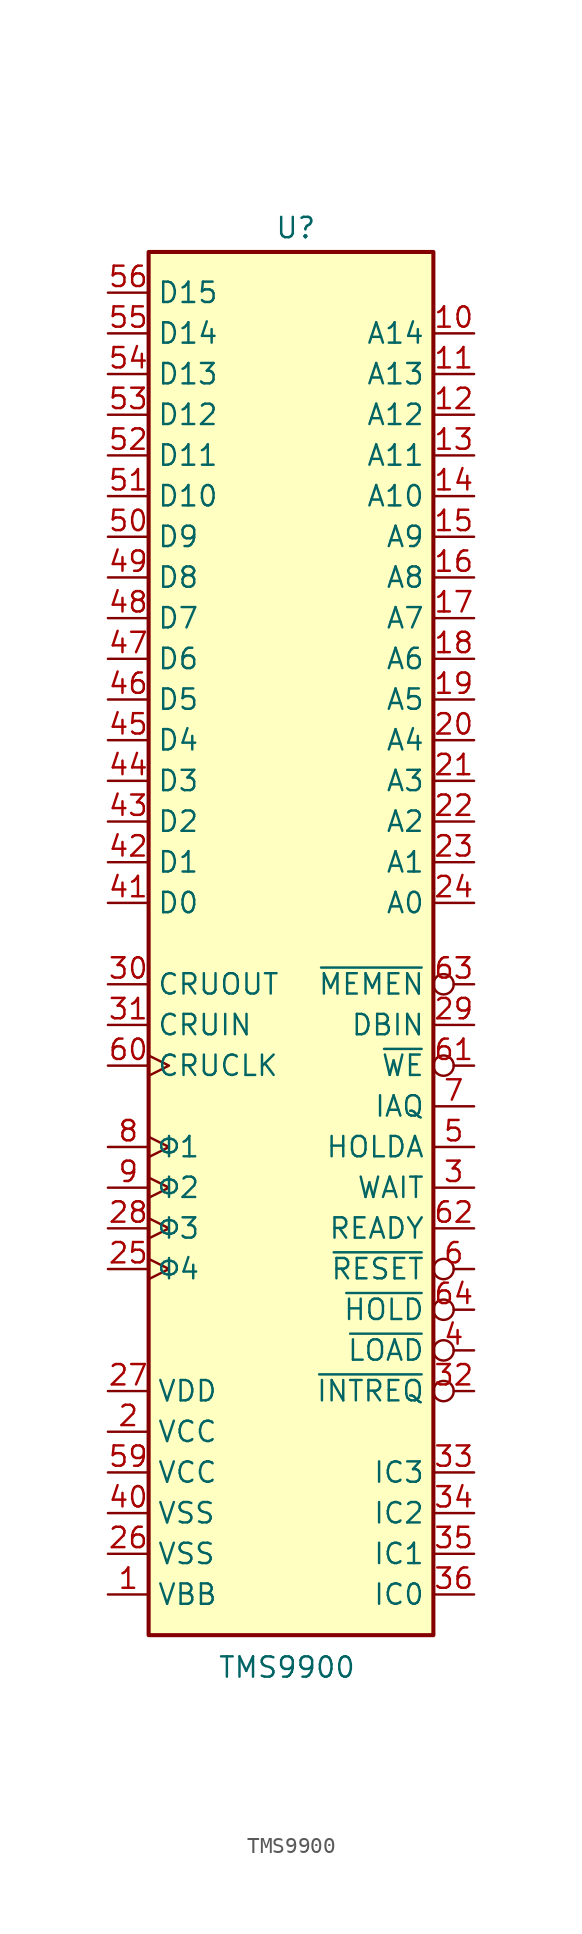
<source format=kicad_sym>
(kicad_symbol_lib
  (version 20231120)
  (generator "kicad_symbol_editor")
  (generator_version "8.0")
  (symbol "TMS9900"
    (property "Reference" "U"
      (at -1.016 45.212 0)
      (effects (font (size 1.27 1.27)) (justify left bottom)))
    (property "Value" "TMS9900"
      (at -0.254 -43.18 0)
      (effects (font (size 1.27 1.27)) (justify top)))
    (symbol "TMS9900_0_1"
      (rectangle (start -8.89 44.45) (end 8.89 -41.91) (stroke (width 0.254) (type default)) (fill (type background))))
    (symbol "TMS9900_1_1"
      (pin power_in line (at -11.43 -39.37 0) (length 2.54) (name "VBB" (effects (font (size 1.27 1.27)))) (number "1" (effects (font (size 1.27 1.27)))))
      (pin output line (at 11.43 39.37 180) (length 2.54) (name "A14" (effects (font (size 1.27 1.27)))) (number "10" (effects (font (size 1.27 1.27)))))
      (pin output line (at 11.43 36.83 180) (length 2.54) (name "A13" (effects (font (size 1.27 1.27)))) (number "11" (effects (font (size 1.27 1.27)))))
      (pin output line (at 11.43 34.29 180) (length 2.54) (name "A12" (effects (font (size 1.27 1.27)))) (number "12" (effects (font (size 1.27 1.27)))))
      (pin output line (at 11.43 31.75 180) (length 2.54) (name "A11" (effects (font (size 1.27 1.27)))) (number "13" (effects (font (size 1.27 1.27)))))
      (pin output line (at 11.43 29.21 180) (length 2.54) (name "A10" (effects (font (size 1.27 1.27)))) (number "14" (effects (font (size 1.27 1.27)))))
      (pin output line (at 11.43 26.67 180) (length 2.54) (name "A9" (effects (font (size 1.27 1.27)))) (number "15" (effects (font (size 1.27 1.27)))))
      (pin output line (at 11.43 24.13 180) (length 2.54) (name "A8" (effects (font (size 1.27 1.27)))) (number "16" (effects (font (size 1.27 1.27)))))
      (pin output line (at 11.43 21.59 180) (length 2.54) (name "A7" (effects (font (size 1.27 1.27)))) (number "17" (effects (font (size 1.27 1.27)))))
      (pin output line (at 11.43 19.05 180) (length 2.54) (name "A6" (effects (font (size 1.27 1.27)))) (number "18" (effects (font (size 1.27 1.27)))))
      (pin output line (at 11.43 16.51 180) (length 2.54) (name "A5" (effects (font (size 1.27 1.27)))) (number "19" (effects (font (size 1.27 1.27)))))
      (pin power_in line (at -11.43 -29.21 0) (length 2.54) (name "VCC" (effects (font (size 1.27 1.27)))) (number "2" (effects (font (size 1.27 1.27)))))
      (pin output line (at 11.43 13.97 180) (length 2.54) (name "A4" (effects (font (size 1.27 1.27)))) (number "20" (effects (font (size 1.27 1.27)))))
      (pin output line (at 11.43 11.43 180) (length 2.54) (name "A3" (effects (font (size 1.27 1.27)))) (number "21" (effects (font (size 1.27 1.27)))))
      (pin output line (at 11.43 8.89 180) (length 2.54) (name "A2" (effects (font (size 1.27 1.27)))) (number "22" (effects (font (size 1.27 1.27)))))
      (pin output line (at 11.43 6.35 180) (length 2.54) (name "A1" (effects (font (size 1.27 1.27)))) (number "23" (effects (font (size 1.27 1.27)))))
      (pin output line (at 11.43 3.81 180) (length 2.54) (name "A0" (effects (font (size 1.27 1.27)))) (number "24" (effects (font (size 1.27 1.27)))))
      (pin input clock (at -11.43 -19.05 0) (length 2.54) (name "Φ4" (effects (font (size 1.27 1.27)))) (number "25" (effects (font (size 1.27 1.27)))))
      (pin power_in line (at -11.43 -36.83 0) (length 2.54) (name "VSS" (effects (font (size 1.27 1.27)))) (number "26" (effects (font (size 1.27 1.27)))))
      (pin power_in line (at -11.43 -26.67 0) (length 2.54) (name "VDD" (effects (font (size 1.27 1.27)))) (number "27" (effects (font (size 1.27 1.27)))))
      (pin input clock (at -11.43 -16.51 0) (length 2.54) (name "Φ3" (effects (font (size 1.27 1.27)))) (number "28" (effects (font (size 1.27 1.27)))))
      (pin output line (at 11.43 -3.81 180) (length 2.54) (name "DBIN" (effects (font (size 1.27 1.27)))) (number "29" (effects (font (size 1.27 1.27)))))
      (pin output line (at 11.43 -13.97 180) (length 2.54) (name "WAIT" (effects (font (size 1.27 1.27)))) (number "3" (effects (font (size 1.27 1.27)))))
      (pin output line (at -11.43 -1.27 0) (length 2.54) (name "CRUOUT" (effects (font (size 1.27 1.27)))) (number "30" (effects (font (size 1.27 1.27)))))
      (pin input line (at -11.43 -3.81 0) (length 2.54) (name "CRUIN" (effects (font (size 1.27 1.27)))) (number "31" (effects (font (size 1.27 1.27)))))
      (pin input inverted (at 11.43 -26.67 180) (length 2.54) (name "~{INTREQ}" (effects (font (size 1.27 1.27)))) (number "32" (effects (font (size 1.27 1.27)))))
      (pin input line (at 11.43 -31.75 180) (length 2.54) (name "IC3" (effects (font (size 1.27 1.27)))) (number "33" (effects (font (size 1.27 1.27)))))
      (pin input line (at 11.43 -34.29 180) (length 2.54) (name "IC2" (effects (font (size 1.27 1.27)))) (number "34" (effects (font (size 1.27 1.27)))))
      (pin input line (at 11.43 -36.83 180) (length 2.54) (name "IC1" (effects (font (size 1.27 1.27)))) (number "35" (effects (font (size 1.27 1.27)))))
      (pin input line (at 11.43 -39.37 180) (length 2.54) (name "IC0" (effects (font (size 1.27 1.27)))) (number "36" (effects (font (size 1.27 1.27)))))
      (pin no_connect line (at 5.08 46.99 270) (length 2.54) hide (name "NC" (effects (font (size 1.27 1.27)))) (number "37" (effects (font (size 1.27 1.27)))))
      (pin no_connect line (at 2.54 46.99 270) (length 2.54) hide (name "NC" (effects (font (size 1.27 1.27)))) (number "38" (effects (font (size 1.27 1.27)))))
      (pin no_connect line (at 0 46.99 270) (length 2.54) hide (name "NC" (effects (font (size 1.27 1.27)))) (number "39" (effects (font (size 1.27 1.27)))))
      (pin input inverted (at 11.43 -24.13 180) (length 2.54) (name "~{LOAD}" (effects (font (size 1.27 1.27)))) (number "4" (effects (font (size 1.27 1.27)))))
      (pin power_in line (at -11.43 -34.29 0) (length 2.54) (name "VSS" (effects (font (size 1.27 1.27)))) (number "40" (effects (font (size 1.27 1.27)))))
      (pin bidirectional line (at -11.43 3.81 0) (length 2.54) (name "D0" (effects (font (size 1.27 1.27)))) (number "41" (effects (font (size 1.27 1.27)))))
      (pin bidirectional line (at -11.43 6.35 0) (length 2.54) (name "D1" (effects (font (size 1.27 1.27)))) (number "42" (effects (font (size 1.27 1.27)))))
      (pin bidirectional line (at -11.43 8.89 0) (length 2.54) (name "D2" (effects (font (size 1.27 1.27)))) (number "43" (effects (font (size 1.27 1.27)))))
      (pin bidirectional line (at -11.43 11.43 0) (length 2.54) (name "D3" (effects (font (size 1.27 1.27)))) (number "44" (effects (font (size 1.27 1.27)))))
      (pin bidirectional line (at -11.43 13.97 0) (length 2.54) (name "D4" (effects (font (size 1.27 1.27)))) (number "45" (effects (font (size 1.27 1.27)))))
      (pin bidirectional line (at -11.43 16.51 0) (length 2.54) (name "D5" (effects (font (size 1.27 1.27)))) (number "46" (effects (font (size 1.27 1.27)))))
      (pin bidirectional line (at -11.43 19.05 0) (length 2.54) (name "D6" (effects (font (size 1.27 1.27)))) (number "47" (effects (font (size 1.27 1.27)))))
      (pin bidirectional line (at -11.43 21.59 0) (length 2.54) (name "D7" (effects (font (size 1.27 1.27)))) (number "48" (effects (font (size 1.27 1.27)))))
      (pin bidirectional line (at -11.43 24.13 0) (length 2.54) (name "D8" (effects (font (size 1.27 1.27)))) (number "49" (effects (font (size 1.27 1.27)))))
      (pin output line (at 11.43 -11.43 180) (length 2.54) (name "HOLDA" (effects (font (size 1.27 1.27)))) (number "5" (effects (font (size 1.27 1.27)))))
      (pin bidirectional line (at -11.43 26.67 0) (length 2.54) (name "D9" (effects (font (size 1.27 1.27)))) (number "50" (effects (font (size 1.27 1.27)))))
      (pin bidirectional line (at -11.43 29.21 0) (length 2.54) (name "D10" (effects (font (size 1.27 1.27)))) (number "51" (effects (font (size 1.27 1.27)))))
      (pin bidirectional line (at -11.43 31.75 0) (length 2.54) (name "D11" (effects (font (size 1.27 1.27)))) (number "52" (effects (font (size 1.27 1.27)))))
      (pin bidirectional line (at -11.43 34.29 0) (length 2.54) (name "D12" (effects (font (size 1.27 1.27)))) (number "53" (effects (font (size 1.27 1.27)))))
      (pin bidirectional line (at -11.43 36.83 0) (length 2.54) (name "D13" (effects (font (size 1.27 1.27)))) (number "54" (effects (font (size 1.27 1.27)))))
      (pin bidirectional line (at -11.43 39.37 0) (length 2.54) (name "D14" (effects (font (size 1.27 1.27)))) (number "55" (effects (font (size 1.27 1.27)))))
      (pin bidirectional line (at -11.43 41.91 0) (length 2.54) (name "D15" (effects (font (size 1.27 1.27)))) (number "56" (effects (font (size 1.27 1.27)))))
      (pin no_connect line (at -2.54 46.99 270) (length 2.54) hide (name "NC" (effects (font (size 1.27 1.27)))) (number "57" (effects (font (size 1.27 1.27)))))
      (pin no_connect line (at -5.08 46.99 270) (length 2.54) hide (name "NC" (effects (font (size 1.27 1.27)))) (number "58" (effects (font (size 1.27 1.27)))))
      (pin power_in line (at -11.43 -31.75 0) (length 2.54) (name "VCC" (effects (font (size 1.27 1.27)))) (number "59" (effects (font (size 1.27 1.27)))))
      (pin input inverted (at 11.43 -19.05 180) (length 2.54) (name "~{RESET}" (effects (font (size 1.27 1.27)))) (number "6" (effects (font (size 1.27 1.27)))))
      (pin output clock (at -11.43 -6.35 0) (length 2.54) (name "CRUCLK" (effects (font (size 1.27 1.27)))) (number "60" (effects (font (size 1.27 1.27)))))
      (pin output inverted (at 11.43 -6.35 180) (length 2.54) (name "~{WE}" (effects (font (size 1.27 1.27)))) (number "61" (effects (font (size 1.27 1.27)))))
      (pin input line (at 11.43 -16.51 180) (length 2.54) (name "READY" (effects (font (size 1.27 1.27)))) (number "62" (effects (font (size 1.27 1.27)))))
      (pin output inverted (at 11.43 -1.27 180) (length 2.54) (name "~{MEMEN}" (effects (font (size 1.27 1.27)))) (number "63" (effects (font (size 1.27 1.27)))))
      (pin input inverted (at 11.43 -21.59 180) (length 2.54) (name "~{HOLD}" (effects (font (size 1.27 1.27)))) (number "64" (effects (font (size 1.27 1.27)))))
      (pin output line (at 11.43 -8.89 180) (length 2.54) (name "IAQ" (effects (font (size 1.27 1.27)))) (number "7" (effects (font (size 1.27 1.27)))))
      (pin input clock (at -11.43 -11.43 0) (length 2.54) (name "Φ1" (effects (font (size 1.27 1.27)))) (number "8" (effects (font (size 1.27 1.27)))))
      (pin input clock (at -11.43 -13.97 0) (length 2.54) (name "Φ2" (effects (font (size 1.27 1.27)))) (number "9" (effects (font (size 1.27 1.27))))))))
</source>
